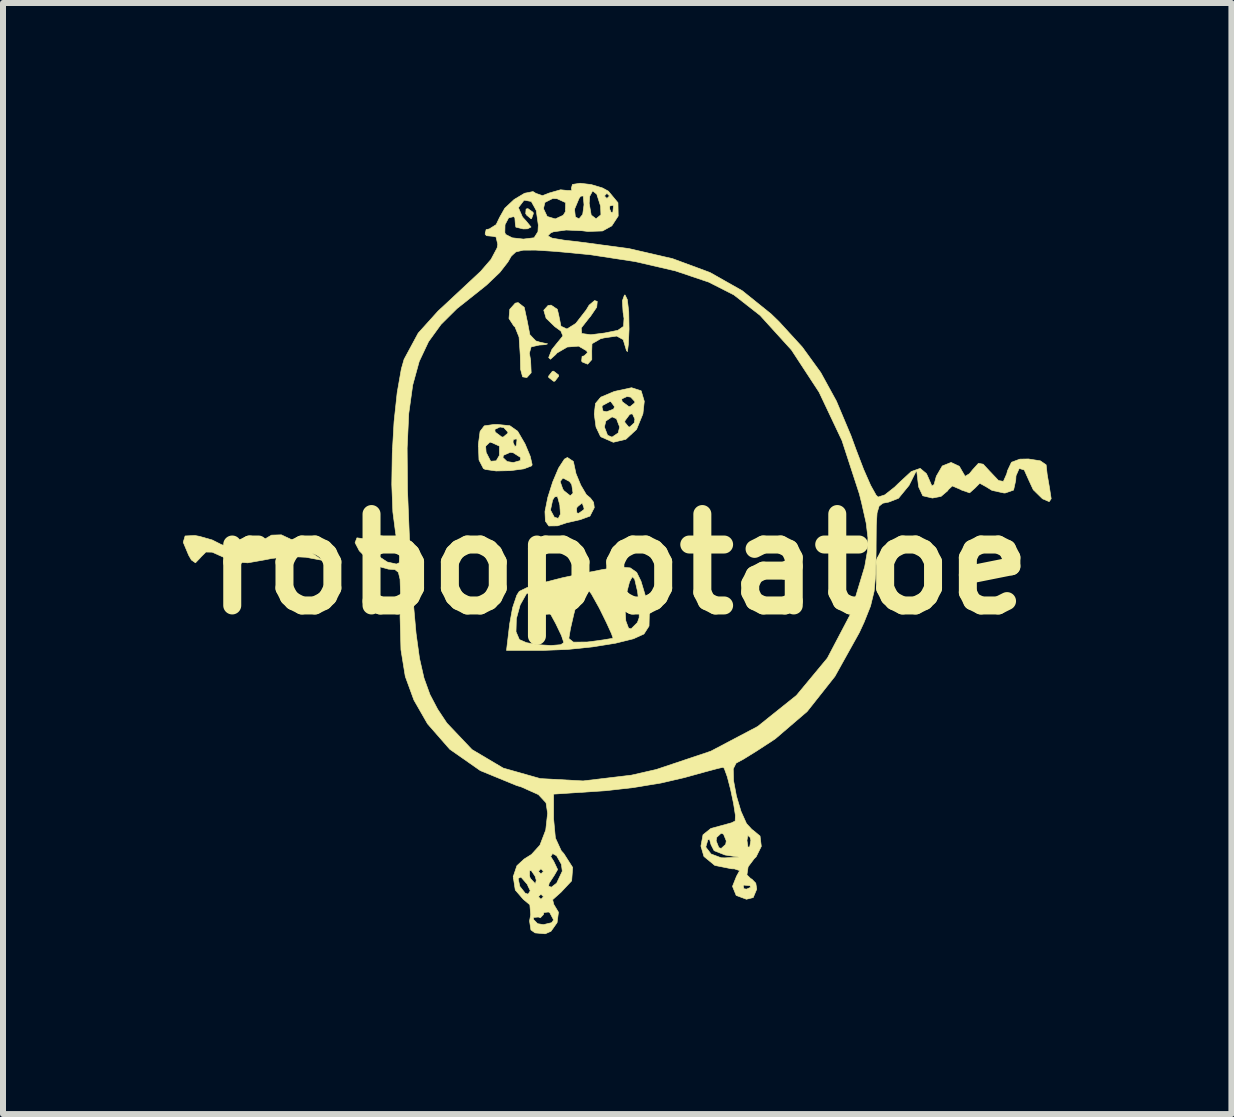
<source format=kicad_pcb>
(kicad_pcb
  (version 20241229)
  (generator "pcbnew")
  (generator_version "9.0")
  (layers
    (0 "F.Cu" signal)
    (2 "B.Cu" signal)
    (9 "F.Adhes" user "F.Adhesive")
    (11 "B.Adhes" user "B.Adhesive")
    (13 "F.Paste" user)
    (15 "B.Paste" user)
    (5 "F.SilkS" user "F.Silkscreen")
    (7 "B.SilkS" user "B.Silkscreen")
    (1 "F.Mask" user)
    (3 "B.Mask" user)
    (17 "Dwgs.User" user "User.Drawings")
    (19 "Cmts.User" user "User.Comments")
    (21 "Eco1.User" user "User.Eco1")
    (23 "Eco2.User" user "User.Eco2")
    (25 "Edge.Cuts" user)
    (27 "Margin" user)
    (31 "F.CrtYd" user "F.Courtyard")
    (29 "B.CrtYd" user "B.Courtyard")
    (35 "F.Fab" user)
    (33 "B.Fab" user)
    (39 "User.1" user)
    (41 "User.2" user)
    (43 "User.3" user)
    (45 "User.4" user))
  (footprint "robopotatoe"
    (layer "F.Cu")
    (at 7.281 6.355)
    (property "Reference" "robopotatoe" (at 0 0 0) (layer "F.SilkS") (effects (font (size 1.524 1.524) (thickness 0.3))))
    (attr through_hole)
    (fp_poly (pts (xy -4.853 -0.27) (xy -4.843 -0.138) (xy -4.86 -0.108) (xy -4.898 -0.133) (xy -4.904 -0.219) (xy -4.883 -0.309) (xy -4.853 -0.27)) (stroke (width 0.01) (type solid)) (fill yes) (layer "F.SilkS"))
    (fp_poly (pts (xy -1.443 -5.865) (xy -1.439 -5.842) (xy -1.468 -5.76) (xy -1.477 -5.757) (xy -1.549 -5.817) (xy -1.566 -5.842) (xy -1.56 -5.92) (xy -1.529 -5.927) (xy -1.443 -5.865)) (stroke (width 0.01) (type solid)) (fill yes) (layer "F.SilkS"))
    (fp_poly (pts (xy -1.018 -3.153) (xy -1.016 -3.133) (xy -1.08 -3.05) (xy -1.101 -3.048) (xy -1.183 -3.112) (xy -1.185 -3.133) (xy -1.121 -3.215) (xy -1.101 -3.217) (xy -1.018 -3.153)) (stroke (width 0.01) (type solid)) (fill yes) (layer "F.SilkS"))
    (fp_poly (pts (xy -1.59 -4.28) (xy -1.54 -4.048) (xy -1.497 -3.825) (xy -1.398 -3.721) (xy -1.329 -3.7) (xy -1.201 -3.672) (xy -1.237 -3.659) (xy -1.34 -3.652) (xy -1.476 -3.621) (xy -1.505 -3.517) (xy -1.484 -3.397) (xy -1.475 -3.19) (xy -1.547 -3.11) (xy -1.618 -3.122) (xy -1.652 -3.249) (xy -1.657 -3.483) (xy -1.677 -3.785) (xy -1.745 -3.955) (xy -1.765 -3.971) (xy -1.845 -4.095) (xy -1.832 -4.248) (xy -1.74 -4.351) (xy -1.692 -4.36) (xy -1.59 -4.28)) (stroke (width 0.01) (type solid)) (fill yes) (layer "F.SilkS"))
    (fp_poly (pts (xy -5.433 -0.39) (xy -5.274 -0.285) (xy -4.953 -0.062) (xy -5.23 -0.114) (xy -5.483 -0.126) (xy -5.795 -0.095) (xy -5.917 -0.071) (xy -6.2 -0.021) (xy -6.405 -0.036) (xy -6.605 -0.115) (xy -6.794 -0.199) (xy -6.898 -0.201) (xy -6.98 -0.119) (xy -6.986 -0.111) (xy -7.072 -0.021) (xy -7.14 -0.069) (xy -7.186 -0.149) (xy -7.276 -0.364) (xy -7.245 -0.469) (xy -7.083 -0.477) (xy -7.006 -0.463) (xy -6.792 -0.402) (xy -6.653 -0.332) (xy -6.651 -0.33) (xy -6.476 -0.263) (xy -6.235 -0.275) (xy -6.008 -0.36) (xy -5.974 -0.384) (xy -5.804 -0.483) (xy -5.64 -0.488) (xy -5.433 -0.39)) (stroke (width 0.01) (type solid)) (fill yes) (layer "F.SilkS"))
    (fp_poly (pts (xy -0.771 -1.711) (xy -0.762 -1.668) (xy -0.728 -1.509) (xy -0.648 -1.316) (xy -0.555 -1.158) (xy -0.487 -1.101) (xy -0.434 -1.03) (xy -0.423 -0.941) (xy -0.495 -0.8) (xy -0.656 -0.741) (xy -0.887 -0.688) (xy -1.036 -0.638) (xy -1.181 -0.636) (xy -1.238 -0.717) (xy -1.245 -0.875) (xy -1.24 -0.901) (xy -1.153 -0.901) (xy -1.089 -0.782) (xy -1.023 -0.762) (xy -0.987 -0.833) (xy -0.994 -0.931) (xy -0.72 -0.931) (xy -0.713 -0.853) (xy -0.682 -0.847) (xy -0.596 -0.908) (xy -0.593 -0.931) (xy -0.622 -1.014) (xy -0.63 -1.016) (xy -0.702 -0.957) (xy -0.72 -0.931) (xy -0.994 -0.931) (xy -0.997 -0.984) (xy -1.037 -1.128) (xy -1.085 -1.12) (xy -1.117 -1.068) (xy -1.153 -0.901) (xy -1.24 -0.901) (xy -1.198 -1.111) (xy -1.116 -1.37) (xy -1.113 -1.376) (xy -0.992 -1.376) (xy -0.947 -1.249) (xy -0.925 -1.22) (xy -0.822 -1.139) (xy -0.777 -1.183) (xy -0.799 -1.327) (xy -0.836 -1.378) (xy -0.946 -1.435) (xy -0.992 -1.376) (xy -1.113 -1.376) (xy -1.018 -1.601) (xy -0.921 -1.75) (xy -0.871 -1.778) (xy -0.771 -1.711)) (stroke (width 0.01) (type solid)) (fill yes) (layer "F.SilkS"))
    (fp_poly (pts (xy -1.83 -2.307) (xy -1.7 -2.215) (xy -1.579 -2.007) (xy -1.578 -2.006) (xy -1.491 -1.798) (xy -1.459 -1.661) (xy -1.465 -1.639) (xy -1.597 -1.588) (xy -1.82 -1.558) (xy -2.06 -1.553) (xy -2.239 -1.578) (xy -2.271 -1.593) (xy -2.345 -1.736) (xy -2.354 -1.966) (xy -2.234 -1.966) (xy -2.226 -1.863) (xy -2.15 -1.715) (xy -2.058 -1.722) (xy -2.025 -1.778) (xy -1.947 -1.778) (xy -1.876 -1.71) (xy -1.773 -1.693) (xy -1.656 -1.726) (xy -1.651 -1.778) (xy -1.774 -1.856) (xy -1.825 -1.863) (xy -1.935 -1.815) (xy -1.947 -1.778) (xy -2.025 -1.778) (xy -2.005 -1.812) (xy -2.004 -1.967) (xy -2.143 -2.031) (xy -2.165 -2.032) (xy -1.778 -2.032) (xy -1.747 -1.962) (xy -1.722 -1.976) (xy -1.711 -2.076) (xy -1.722 -2.088) (xy -1.772 -2.077) (xy -1.778 -2.032) (xy -2.165 -2.032) (xy -2.234 -1.966) (xy -2.354 -1.966) (xy -2.355 -1.998) (xy -2.327 -2.212) (xy -2.302 -2.245) (xy -2.082 -2.245) (xy -2.074 -2.201) (xy -1.966 -2.12) (xy -1.942 -2.117) (xy -1.865 -2.181) (xy -1.863 -2.201) (xy -1.932 -2.276) (xy -1.995 -2.286) (xy -2.082 -2.245) (xy -2.302 -2.245) (xy -2.257 -2.305) (xy -2.096 -2.328) (xy -2.032 -2.328) (xy -1.83 -2.307)) (stroke (width 0.01) (type solid)) (fill yes) (layer "F.SilkS"))
    (fp_poly (pts (xy 0.359 -2.889) (xy 0.411 -2.714) (xy 0.388 -2.505) (xy 0.282 -2.246) (xy 0.104 -2.081) (xy -0.106 -2.031) (xy -0.306 -2.119) (xy -0.322 -2.134) (xy -0.394 -2.286) (xy -0.254 -2.286) (xy -0.201 -2.148) (xy -0.127 -2.117) (xy -0.024 -2.187) (xy 0 -2.286) (xy -0.031 -2.366) (xy 0.085 -2.366) (xy 0.149 -2.288) (xy 0.169 -2.286) (xy 0.244 -2.355) (xy 0.254 -2.418) (xy 0.213 -2.506) (xy 0.169 -2.498) (xy 0.088 -2.389) (xy 0.085 -2.366) (xy -0.031 -2.366) (xy -0.053 -2.424) (xy -0.127 -2.455) (xy -0.23 -2.385) (xy -0.254 -2.286) (xy -0.394 -2.286) (xy -0.394 -2.286) (xy -0.423 -2.501) (xy -0.409 -2.625) (xy -0.296 -2.625) (xy -0.277 -2.552) (xy -0.217 -2.54) (xy -0.101 -2.584) (xy -0.085 -2.625) (xy -0.145 -2.707) (xy -0.164 -2.709) (xy -0.279 -2.648) (xy -0.296 -2.625) (xy -0.409 -2.625) (xy -0.403 -2.678) (xy -0.34 -2.753) (xy 0.034 -2.753) (xy 0.042 -2.709) (xy 0.151 -2.628) (xy 0.174 -2.625) (xy 0.252 -2.689) (xy 0.254 -2.709) (xy 0.185 -2.784) (xy 0.122 -2.794) (xy 0.034 -2.753) (xy -0.34 -2.753) (xy -0.313 -2.784) (xy -0.107 -2.871) (xy -0.082 -2.88) (xy 0.199 -2.941) (xy 0.359 -2.889)) (stroke (width 0.01) (type solid)) (fill yes) (layer "F.SilkS"))
    (fp_poly (pts (xy 0.128 -4.41) (xy 0.152 -4.207) (xy 0.157 -3.922) (xy 0.157 -3.916) (xy 0.146 -3.669) (xy 0.13 -3.543) (xy 0.112 -3.561) (xy 0.109 -3.577) (xy 0.059 -3.743) (xy -0.049 -3.802) (xy -0.261 -3.771) (xy -0.32 -3.756) (xy -0.461 -3.674) (xy -0.465 -3.553) (xy -0.464 -3.41) (xy -0.533 -3.333) (xy -0.622 -3.369) (xy -0.634 -3.385) (xy -0.626 -3.464) (xy -0.593 -3.471) (xy -0.537 -3.523) (xy -0.55 -3.556) (xy -0.684 -3.634) (xy -0.874 -3.619) (xy -1.045 -3.519) (xy -1.067 -3.493) (xy -1.154 -3.415) (xy -1.183 -3.444) (xy -1.13 -3.577) (xy -1.04 -3.689) (xy -0.946 -3.804) (xy -0.98 -3.886) (xy -1.082 -3.96) (xy -1.226 -4.1) (xy -1.265 -4.233) (xy -1.193 -4.312) (xy -1.143 -4.318) (xy -1.039 -4.248) (xy -1.016 -4.154) (xy -0.978 -3.966) (xy -0.878 -3.92) (xy -0.731 -4.013) (xy -0.557 -4.237) (xy -0.509 -4.317) (xy -0.418 -4.394) (xy -0.373 -4.38) (xy -0.382 -4.284) (xy -0.486 -4.131) (xy -0.508 -4.106) (xy -0.64 -3.937) (xy -0.633 -3.845) (xy -0.481 -3.824) (xy -0.25 -3.853) (xy -0.029 -3.898) (xy 0.065 -3.964) (xy 0.073 -4.096) (xy 0.057 -4.2) (xy 0.046 -4.391) (xy 0.08 -4.485) (xy 0.09 -4.487) (xy 0.128 -4.41)) (stroke (width 0.01) (type solid)) (fill yes) (layer "F.SilkS"))
    (fp_poly (pts (xy 0.177 0.063) (xy 0.284 0.138) (xy 0.356 0.285) (xy 0.423 0.508) (xy 0.495 0.827) (xy 0.49 1.033) (xy 0.407 1.163) (xy 0.402 1.167) (xy 0.23 1.245) (xy -0.069 1.319) (xy -0.449 1.38) (xy -0.867 1.423) (xy -1.281 1.439) (xy -1.297 1.439) (xy -1.886 1.439) (xy -1.849 1.127) (xy -1.728 1.127) (xy -1.672 1.258) (xy -1.553 1.31) (xy -1.356 1.344) (xy -1.144 1.357) (xy -0.983 1.344) (xy -0.931 1.31) (xy -0.953 1.241) (xy -0.846 1.241) (xy -0.771 1.301) (xy -0.543 1.299) (xy -0.487 1.293) (xy -0.263 1.262) (xy -0.127 1.239) (xy -0.11 1.234) (xy -0.136 1.159) (xy -0.221 0.973) (xy -0.334 0.743) (xy 0.089 0.743) (xy 0.103 0.947) (xy 0.149 1.068) (xy 0.191 1.08) (xy 0.296 0.975) (xy 0.325 0.895) (xy 0.329 0.713) (xy 0.3 0.467) (xy 0.294 0.436) (xy 0.25 0.249) (xy 0.211 0.211) (xy 0.165 0.296) (xy 0.109 0.509) (xy 0.089 0.743) (xy -0.334 0.743) (xy -0.342 0.728) (xy -0.471 0.497) (xy -0.575 0.361) (xy -0.629 0.349) (xy -0.629 0.35) (xy -0.695 0.57) (xy -0.764 0.835) (xy -0.82 1.077) (xy -0.846 1.231) (xy -0.846 1.241) (xy -0.953 1.241) (xy -0.97 1.191) (xy -1.065 0.993) (xy -1.188 0.768) (xy -1.311 0.567) (xy -1.404 0.442) (xy -1.43 0.423) (xy -1.556 0.498) (xy -1.659 0.681) (xy -1.722 0.911) (xy -1.728 1.127) (xy -1.849 1.127) (xy -1.834 1) (xy -1.785 0.728) (xy -1.715 0.52) (xy -1.674 0.455) (xy -1.55 0.394) (xy -1.299 0.316) (xy -0.962 0.23) (xy -0.685 0.17) (xy -0.275 0.089) (xy 0.001 0.05) (xy 0.177 0.063)) (stroke (width 0.01) (type solid)) (fill yes) (layer "F.SilkS"))
    (fp_poly (pts (xy -0.474 -6.328) (xy -0.285 -6.271) (xy -0.188 -6.218) (xy -0.028 -6.025) (xy -0.024 -5.803) (xy -0.131 -5.639) (xy -0.285 -5.554) (xy -0.529 -5.546) (xy -0.628 -5.558) (xy -0.892 -5.57) (xy -1.105 -5.54) (xy -1.149 -5.522) (xy -1.197 -5.473) (xy -1.128 -5.435) (xy -0.921 -5.4) (xy -0.715 -5.377) (xy 0.153 -5.261) (xy 0.884 -5.092) (xy 1.506 -4.862) (xy 2.044 -4.558) (xy 2.526 -4.17) (xy 2.656 -4.044) (xy 3.044 -3.62) (xy 3.353 -3.194) (xy 3.614 -2.718) (xy 3.857 -2.141) (xy 3.941 -1.911) (xy 4.068 -1.579) (xy 4.185 -1.313) (xy 4.276 -1.15) (xy 4.309 -1.118) (xy 4.421 -1.154) (xy 4.587 -1.285) (xy 4.65 -1.347) (xy 4.862 -1.543) (xy 5.011 -1.596) (xy 5.116 -1.507) (xy 5.154 -1.423) (xy 5.206 -1.302) (xy 5.242 -1.326) (xy 5.28 -1.465) (xy 5.379 -1.636) (xy 5.526 -1.695) (xy 5.663 -1.631) (xy 5.708 -1.553) (xy 5.76 -1.464) (xy 5.832 -1.507) (xy 5.887 -1.575) (xy 5.982 -1.68) (xy 6.061 -1.666) (xy 6.173 -1.545) (xy 6.317 -1.393) (xy 6.398 -1.379) (xy 6.454 -1.505) (xy 6.467 -1.558) (xy 6.533 -1.698) (xy 6.672 -1.75) (xy 6.815 -1.753) (xy 7.014 -1.722) (xy 7.11 -1.656) (xy 7.112 -1.645) (xy 7.128 -1.497) (xy 7.166 -1.277) (xy 7.167 -1.271) (xy 7.195 -1.09) (xy 7.162 -1.041) (xy 7.05 -1.089) (xy 6.896 -1.24) (xy 6.824 -1.395) (xy 6.746 -1.569) (xy 6.662 -1.595) (xy 6.608 -1.472) (xy 6.604 -1.397) (xy 6.568 -1.234) (xy 6.431 -1.186) (xy 6.409 -1.185) (xy 6.208 -1.229) (xy 6.109 -1.29) (xy 6.004 -1.348) (xy 5.926 -1.269) (xy 5.835 -1.188) (xy 5.699 -1.235) (xy 5.683 -1.245) (xy 5.547 -1.303) (xy 5.478 -1.239) (xy 5.471 -1.224) (xy 5.359 -1.129) (xy 5.215 -1.101) (xy 5.054 -1.139) (xy 4.986 -1.285) (xy 4.979 -1.333) (xy 4.952 -1.566) (xy 4.825 -1.312) (xy 4.649 -1.097) (xy 4.487 -1.034) (xy 4.388 -1.015) (xy 4.326 -0.966) (xy 4.292 -0.854) (xy 4.279 -0.644) (xy 4.276 -0.305) (xy 4.276 -0.229) (xy 4.27 0.165) (xy 4.243 0.453) (xy 4.183 0.7) (xy 4.076 0.969) (xy 3.996 1.142) (xy 3.589 1.873) (xy 3.127 2.457) (xy 2.596 2.912) (xy 2.547 2.945) (xy 2.283 3.117) (xy 2.068 3.25) (xy 1.946 3.316) (xy 1.942 3.318) (xy 1.894 3.414) (xy 1.9 3.614) (xy 1.947 3.866) (xy 2.023 4.121) (xy 2.115 4.326) (xy 2.21 4.429) (xy 2.217 4.431) (xy 2.341 4.534) (xy 2.362 4.706) (xy 2.276 4.88) (xy 2.244 4.911) (xy 2.142 5.047) (xy 2.122 5.181) (xy 2.191 5.249) (xy 2.201 5.249) (xy 2.27 5.32) (xy 2.286 5.419) (xy 2.227 5.56) (xy 2.114 5.588) (xy 1.943 5.524) (xy 1.882 5.374) (xy 1.886 5.362) (xy 2.06 5.362) (xy 2.072 5.413) (xy 2.117 5.419) (xy 2.186 5.388) (xy 2.173 5.362) (xy 2.073 5.352) (xy 2.06 5.362) (xy 1.886 5.362) (xy 1.948 5.206) (xy 2.001 5.11) (xy 1.913 5.081) (xy 1.867 5.08) (xy 1.587 5.024) (xy 1.405 4.874) (xy 1.36 4.718) (xy 1.436 4.718) (xy 1.524 4.833) (xy 1.692 4.896) (xy 1.754 4.898) (xy 1.99 4.885) (xy 1.757 4.85) (xy 1.575 4.778) (xy 1.524 4.679) (xy 1.506 4.614) (xy 1.609 4.614) (xy 1.654 4.727) (xy 1.693 4.741) (xy 1.768 4.673) (xy 1.778 4.614) (xy 1.775 4.607) (xy 2.123 4.607) (xy 2.139 4.717) (xy 2.168 4.718) (xy 2.188 4.605) (xy 2.175 4.556) (xy 2.137 4.524) (xy 2.123 4.607) (xy 1.775 4.607) (xy 1.732 4.502) (xy 1.693 4.487) (xy 1.618 4.556) (xy 1.609 4.614) (xy 1.506 4.614) (xy 1.499 4.589) (xy 1.471 4.597) (xy 1.436 4.718) (xy 1.36 4.718) (xy 1.355 4.701) (xy 1.39 4.513) (xy 1.522 4.407) (xy 1.704 4.358) (xy 1.867 4.313) (xy 1.926 4.283) (xy 1.93 4.189) (xy 1.9 3.996) (xy 1.851 3.762) (xy 1.795 3.546) (xy 1.745 3.408) (xy 1.726 3.387) (xy 1.634 3.408) (xy 1.421 3.465) (xy 1.132 3.545) (xy 1.078 3.56) (xy 0.694 3.649) (xy 0.228 3.726) (xy -0.23 3.778) (xy -0.318 3.784) (xy -1.101 3.835) (xy -1.101 4.246) (xy -1.071 4.567) (xy -0.973 4.78) (xy -0.931 4.826) (xy -0.783 5.058) (xy -0.8 5.281) (xy -0.979 5.472) (xy -1.117 5.595) (xy -1.098 5.674) (xy -1.02 5.804) (xy -1.043 5.978) (xy -1.145 6.122) (xy -1.241 6.164) (xy -1.41 6.149) (xy -1.479 6.1) (xy -1.502 5.951) (xy -1.497 5.922) (xy -1.439 5.922) (xy -1.368 5.995) (xy -1.27 6.011) (xy -1.132 5.978) (xy -1.101 5.932) (xy -1.162 5.817) (xy -1.185 5.8) (xy -1.263 5.809) (xy -1.27 5.842) (xy -1.322 5.897) (xy -1.355 5.884) (xy -1.433 5.891) (xy -1.439 5.922) (xy -1.497 5.922) (xy -1.483 5.846) (xy -1.497 5.68) (xy -1.605 5.59) (xy -1.643 5.546) (xy -1.355 5.546) (xy -1.312 5.588) (xy -1.27 5.546) (xy -1.312 5.503) (xy -1.355 5.546) (xy -1.643 5.546) (xy -1.74 5.434) (xy -1.77 5.24) (xy -1.693 5.24) (xy -1.664 5.373) (xy -1.574 5.487) (xy -1.526 5.503) (xy -1.49 5.447) (xy -1.527 5.369) (xy -1.185 5.369) (xy -1.138 5.387) (xy -1.05 5.319) (xy -0.956 5.12) (xy -0.971 5.005) (xy -1.051 4.863) (xy -1.117 4.826) (xy -1.149 4.875) (xy -1.098 4.957) (xy -1.034 5.092) (xy -1.087 5.185) (xy -1.175 5.32) (xy -1.185 5.369) (xy -1.527 5.369) (xy -1.541 5.338) (xy -1.645 5.218) (xy -1.693 5.24) (xy -1.77 5.24) (xy -1.775 5.211) (xy -1.774 5.21) (xy -1.502 5.21) (xy -1.485 5.244) (xy -1.404 5.331) (xy -1.39 5.27) (xy -1.41 5.203) (xy -1.465 5.122) (xy -1.355 5.122) (xy -1.312 5.165) (xy -1.27 5.122) (xy -1.312 5.08) (xy -1.355 5.122) (xy -1.465 5.122) (xy -1.472 5.111) (xy -1.501 5.113) (xy -1.502 5.21) (xy -1.774 5.21) (xy -1.713 5.029) (xy -1.593 4.918) (xy -1.47 4.841) (xy -1.329 4.686) (xy -1.232 4.433) (xy -1.201 4.154) (xy -1.227 3.98) (xy -1.354 3.843) (xy -1.635 3.717) (xy -1.719 3.691) (xy -2.323 3.443) (xy -2.832 3.087) (xy -3.203 2.663) (xy -3.43 2.267) (xy -3.574 1.873) (xy -3.646 1.428) (xy -3.661 0.876) (xy -3.66 0.826) (xy -3.654 0.471) (xy -3.661 0.253) (xy -3.689 0.137) (xy -3.746 0.092) (xy -3.842 0.085) (xy -3.851 0.085) (xy -4.022 0.038) (xy -4.199 -0.078) (xy -4.341 -0.222) (xy -4.411 -0.357) (xy -4.38 -0.438) (xy -4.265 -0.422) (xy -4.171 -0.299) (xy -4.044 -0.146) (xy -3.874 -0.035) (xy -3.723 -0.001) (xy -3.675 -0.022) (xy -3.67 -0.119) (xy -3.699 -0.328) (xy -3.735 -0.516) (xy -3.781 -0.869) (xy -3.799 -1.329) (xy -3.791 -1.848) (xy -3.786 -1.933) (xy -3.543 -1.933) (xy -3.537 -1.235) (xy -3.503 -0.396) (xy -3.484 -0.04) (xy -3.441 0.628) (xy -3.394 1.156) (xy -3.337 1.571) (xy -3.262 1.9) (xy -3.163 2.174) (xy -3.035 2.418) (xy -2.881 2.65) (xy -2.462 3.092) (xy -1.941 3.401) (xy -1.323 3.576) (xy -0.609 3.615) (xy 0.196 3.519) (xy 0.612 3.424) (xy 1.521 3.119) (xy 2.3 2.708) (xy 2.947 2.19) (xy 3.463 1.568) (xy 3.844 0.843) (xy 4.086 0.043) (xy 4.131 -0.213) (xy 4.14 -0.437) (xy 4.11 -0.686) (xy 4.035 -1.018) (xy 3.997 -1.17) (xy 3.707 -2.06) (xy 3.325 -2.867) (xy 2.865 -3.57) (xy 2.341 -4.147) (xy 1.905 -4.488) (xy 1.486 -4.701) (xy 0.928 -4.889) (xy 0.258 -5.044) (xy -0.494 -5.159) (xy -1.062 -5.213) (xy -1.4 -5.235) (xy -1.61 -5.234) (xy -1.732 -5.204) (xy -1.807 -5.134) (xy -1.862 -5.038) (xy -1.997 -4.864) (xy -2.217 -4.654) (xy -2.384 -4.52) (xy -2.712 -4.26) (xy -2.978 -3.996) (xy -3.186 -3.709) (xy -3.342 -3.378) (xy -3.45 -2.985) (xy -3.516 -2.51) (xy -3.543 -1.933) (xy -3.786 -1.933) (xy -3.761 -2.374) (xy -3.709 -2.859) (xy -3.64 -3.253) (xy -3.594 -3.414) (xy -3.358 -3.852) (xy -3.027 -4.219) (xy -2.756 -4.471) (xy -2.486 -4.723) (xy -2.317 -4.881) (xy -2.144 -5.081) (xy -2.043 -5.271) (xy -2.032 -5.331) (xy -2.061 -5.454) (xy -2.111 -5.465) (xy -2.22 -5.475) (xy -2.243 -5.502) (xy -2.238 -5.525) (xy -1.914 -5.525) (xy -1.9 -5.496) (xy -1.79 -5.44) (xy -1.604 -5.419) (xy -1.426 -5.441) (xy -1.362 -5.542) (xy -1.356 -5.652) (xy -1.39 -5.895) (xy -1.407 -5.927) (xy -1.27 -5.927) (xy -1.208 -5.796) (xy -1.073 -5.755) (xy -0.941 -5.816) (xy -0.904 -5.876) (xy -0.903 -5.917) (xy -0.752 -5.917) (xy -0.738 -5.788) (xy -0.677 -5.757) (xy -0.616 -5.83) (xy -0.594 -5.99) (xy -0.596 -6.016) (xy -0.508 -6.016) (xy -0.474 -5.819) (xy -0.393 -5.757) (xy -0.312 -5.824) (xy -0.316 -5.927) (xy -0.169 -5.927) (xy -0.138 -5.857) (xy -0.113 -5.87) (xy -0.103 -5.971) (xy -0.113 -5.983) (xy -0.163 -5.971) (xy -0.169 -5.927) (xy -0.316 -5.927) (xy -0.318 -5.97) (xy -0.372 -6.138) (xy -0.254 -6.138) (xy -0.212 -6.096) (xy -0.169 -6.138) (xy -0.212 -6.181) (xy -0.254 -6.138) (xy -0.372 -6.138) (xy -0.381 -6.167) (xy -0.45 -6.223) (xy -0.499 -6.132) (xy -0.508 -6.016) (xy -0.596 -6.016) (xy -0.607 -6.138) (xy -0.65 -6.134) (xy -0.677 -6.096) (xy -0.752 -5.917) (xy -0.903 -5.917) (xy -0.901 -6.027) (xy -1.043 -6.092) (xy -1.115 -6.096) (xy -1.246 -6.03) (xy -1.27 -5.927) (xy -1.407 -5.927) (xy -1.473 -6.046) (xy -1.586 -6.067) (xy -1.599 -6.06) (xy -1.688 -5.943) (xy -1.62 -5.787) (xy -1.56 -5.721) (xy -1.477 -5.62) (xy -1.536 -5.59) (xy -1.608 -5.588) (xy -1.73 -5.618) (xy -1.739 -5.667) (xy -1.747 -5.776) (xy -1.768 -5.793) (xy -1.851 -5.773) (xy -1.911 -5.659) (xy -1.914 -5.525) (xy -2.238 -5.525) (xy -2.226 -5.577) (xy -2.173 -5.588) (xy -2.059 -5.66) (xy -2.002 -5.779) (xy -1.915 -5.933) (xy -1.759 -6.079) (xy -1.585 -6.183) (xy -1.444 -6.211) (xy -1.398 -6.182) (xy -1.286 -6.143) (xy -1.174 -6.187) (xy -0.985 -6.241) (xy -0.878 -6.23) (xy -0.796 -6.228) (xy -0.805 -6.266) (xy -0.787 -6.33) (xy -0.659 -6.35) (xy -0.474 -6.328)) (stroke (width 0.01) (type solid)) (fill yes) (layer "F.SilkS")))
  (gr_rect
    (start -3 -3)
    (end 17.481 15.524)
    (stroke (width 0.1) (type default))
    (fill no)
    (layer "Edge.Cuts")))
</source>
